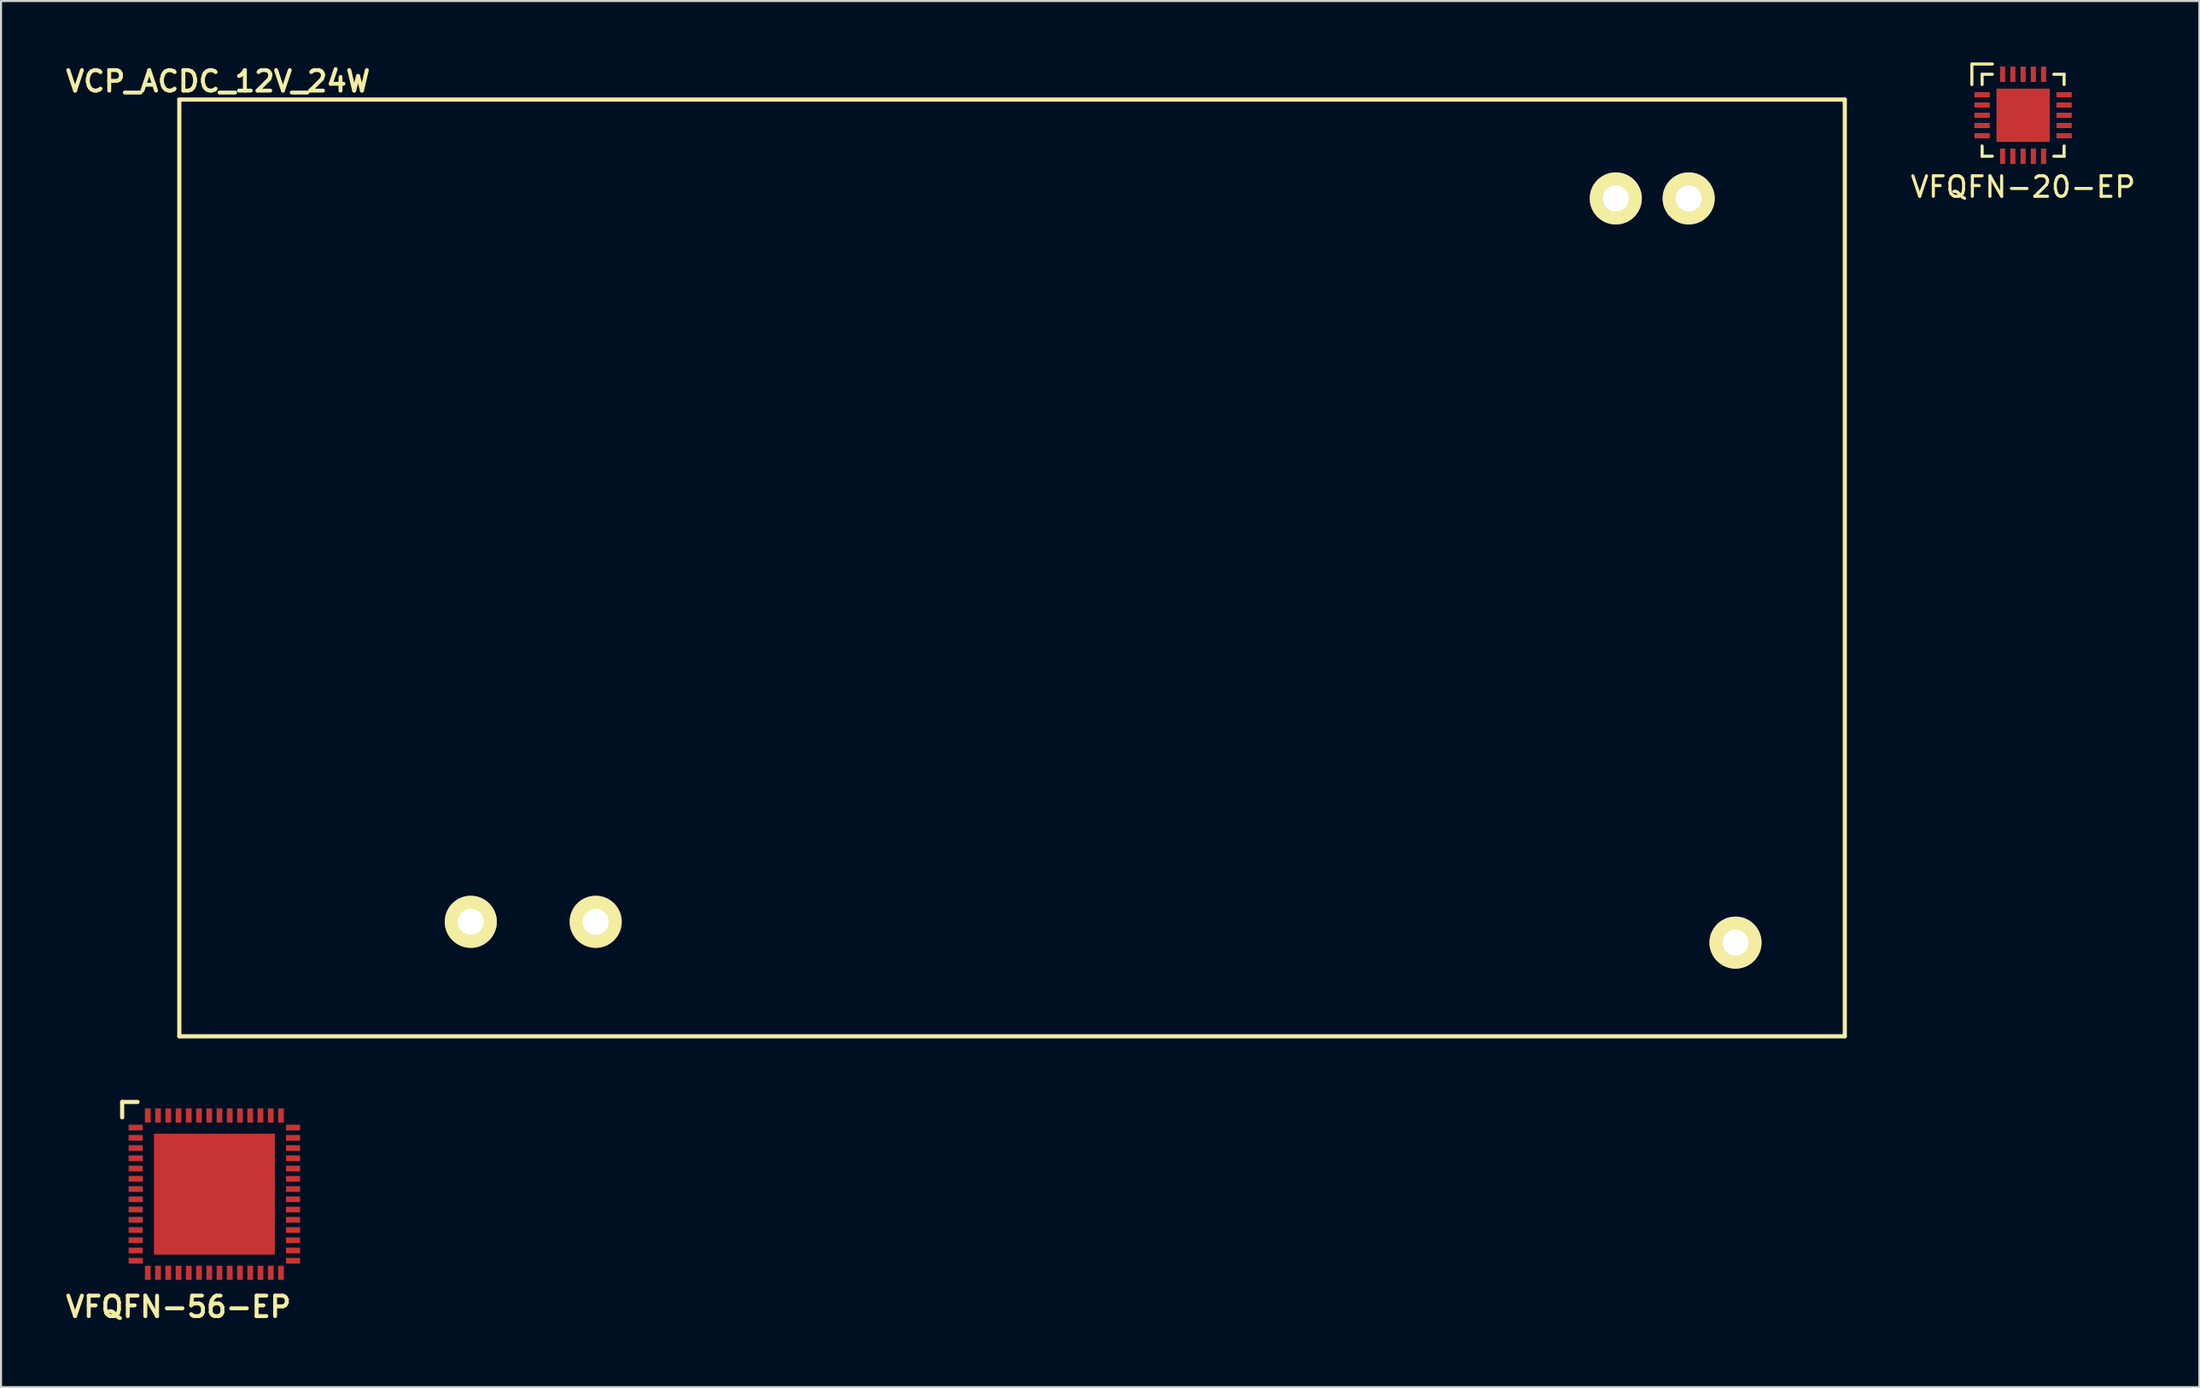
<source format=kicad_pcb>
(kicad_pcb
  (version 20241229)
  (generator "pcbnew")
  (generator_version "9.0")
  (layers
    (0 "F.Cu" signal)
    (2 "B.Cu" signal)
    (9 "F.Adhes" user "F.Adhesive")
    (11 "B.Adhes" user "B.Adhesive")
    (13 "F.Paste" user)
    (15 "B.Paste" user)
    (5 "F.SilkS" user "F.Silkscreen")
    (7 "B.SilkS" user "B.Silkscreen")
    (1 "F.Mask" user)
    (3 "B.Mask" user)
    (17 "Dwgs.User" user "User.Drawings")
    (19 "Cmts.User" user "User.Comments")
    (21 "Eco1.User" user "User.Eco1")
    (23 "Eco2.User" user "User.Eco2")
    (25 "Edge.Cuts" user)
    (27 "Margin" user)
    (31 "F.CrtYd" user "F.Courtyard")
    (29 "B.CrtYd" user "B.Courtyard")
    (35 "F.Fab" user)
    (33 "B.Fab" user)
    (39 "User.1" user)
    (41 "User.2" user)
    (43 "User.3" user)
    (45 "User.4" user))
  (footprint "VFQFN-56-EP"
    (layer "F.Cu")
    (at 7.412 55.233)
    (property "Reference" "VFQFN-56-EP" (at -1.75 5.5 0) (layer "F.SilkS") (effects (font (size 1 1) (thickness 0.191))))
    (attr through_hole)
    (fp_line (start -4.5 -4.5) (end -3.75 -4.5) (stroke (width 0.203) (type solid)) (layer "F.SilkS"))
    (fp_line (start -4.5 -3.75) (end -4.5 -4.5) (stroke (width 0.203) (type solid)) (layer "F.SilkS"))
    (pad "1" smd rect (at -3.84 -3.25) (size 0.69 0.28) (layers "F.Cu" "F.Mask" "F.Paste"))
    (pad "2" smd rect (at -3.84 -2.75) (size 0.69 0.28) (layers "F.Cu" "F.Mask" "F.Paste"))
    (pad "3" smd rect (at -3.84 -2.25) (size 0.69 0.28) (layers "F.Cu" "F.Mask" "F.Paste"))
    (pad "4" smd rect (at -3.84 -1.75) (size 0.69 0.28) (layers "F.Cu" "F.Mask" "F.Paste"))
    (pad "5" smd rect (at -3.84 -1.25) (size 0.69 0.28) (layers "F.Cu" "F.Mask" "F.Paste"))
    (pad "6" smd rect (at -3.84 -0.75) (size 0.69 0.28) (layers "F.Cu" "F.Mask" "F.Paste"))
    (pad "7" smd rect (at -3.84 -0.25) (size 0.69 0.28) (layers "F.Cu" "F.Mask" "F.Paste"))
    (pad "8" smd rect (at -3.84 0.25) (size 0.69 0.28) (layers "F.Cu" "F.Mask" "F.Paste"))
    (pad "9" smd rect (at -3.84 0.75) (size 0.69 0.28) (layers "F.Cu" "F.Mask" "F.Paste"))
    (pad "10" smd rect (at -3.84 1.25) (size 0.69 0.28) (layers "F.Cu" "F.Mask" "F.Paste"))
    (pad "11" smd rect (at -3.84 1.75) (size 0.69 0.28) (layers "F.Cu" "F.Mask" "F.Paste"))
    (pad "12" smd rect (at -3.84 2.25) (size 0.69 0.28) (layers "F.Cu" "F.Mask" "F.Paste"))
    (pad "13" smd rect (at -3.84 2.75) (size 0.69 0.28) (layers "F.Cu" "F.Mask" "F.Paste"))
    (pad "14" smd rect (at -3.84 3.25) (size 0.69 0.28) (layers "F.Cu" "F.Mask" "F.Paste"))
    (pad "15" smd rect (at -3.25 3.84) (size 0.28 0.69) (layers "F.Cu" "F.Mask" "F.Paste"))
    (pad "16" smd rect (at -2.75 3.84) (size 0.28 0.69) (layers "F.Cu" "F.Mask" "F.Paste"))
    (pad "17" smd rect (at -2.25 3.84) (size 0.28 0.69) (layers "F.Cu" "F.Mask" "F.Paste"))
    (pad "18" smd rect (at -1.75 3.84) (size 0.28 0.69) (layers "F.Cu" "F.Mask" "F.Paste"))
    (pad "19" smd rect (at -1.25 3.84) (size 0.28 0.69) (layers "F.Cu" "F.Mask" "F.Paste"))
    (pad "20" smd rect (at -0.75 3.84) (size 0.28 0.69) (layers "F.Cu" "F.Mask" "F.Paste"))
    (pad "21" smd rect (at -0.25 3.84) (size 0.28 0.69) (layers "F.Cu" "F.Mask" "F.Paste"))
    (pad "22" smd rect (at 0.25 3.84) (size 0.28 0.69) (layers "F.Cu" "F.Mask" "F.Paste"))
    (pad "23" smd rect (at 0.75 3.84) (size 0.28 0.69) (layers "F.Cu" "F.Mask" "F.Paste"))
    (pad "24" smd rect (at 1.25 3.84) (size 0.28 0.69) (layers "F.Cu" "F.Mask" "F.Paste"))
    (pad "25" smd rect (at 1.75 3.84) (size 0.28 0.69) (layers "F.Cu" "F.Mask" "F.Paste"))
    (pad "26" smd rect (at 2.25 3.84) (size 0.28 0.69) (layers "F.Cu" "F.Mask" "F.Paste"))
    (pad "27" smd rect (at 2.75 3.84) (size 0.28 0.69) (layers "F.Cu" "F.Mask" "F.Paste"))
    (pad "28" smd rect (at 3.25 3.84) (size 0.28 0.69) (layers "F.Cu" "F.Mask" "F.Paste"))
    (pad "29" smd rect (at 3.84 3.25) (size 0.69 0.28) (layers "F.Cu" "F.Mask" "F.Paste"))
    (pad "30" smd rect (at 3.84 2.75) (size 0.69 0.28) (layers "F.Cu" "F.Mask" "F.Paste"))
    (pad "31" smd rect (at 3.84 2.25) (size 0.69 0.28) (layers "F.Cu" "F.Mask" "F.Paste"))
    (pad "32" smd rect (at 3.84 1.75) (size 0.69 0.28) (layers "F.Cu" "F.Mask" "F.Paste"))
    (pad "33" smd rect (at 3.84 1.25) (size 0.69 0.28) (layers "F.Cu" "F.Mask" "F.Paste"))
    (pad "34" smd rect (at 3.84 0.75) (size 0.69 0.28) (layers "F.Cu" "F.Mask" "F.Paste"))
    (pad "35" smd rect (at 3.84 0.25) (size 0.69 0.28) (layers "F.Cu" "F.Mask" "F.Paste"))
    (pad "36" smd rect (at 3.84 -0.25) (size 0.69 0.28) (layers "F.Cu" "F.Mask" "F.Paste"))
    (pad "37" smd rect (at 3.84 -0.75) (size 0.69 0.28) (layers "F.Cu" "F.Mask" "F.Paste"))
    (pad "38" smd rect (at 3.84 -1.25) (size 0.69 0.28) (layers "F.Cu" "F.Mask" "F.Paste"))
    (pad "39" smd rect (at 3.84 -1.75) (size 0.69 0.28) (layers "F.Cu" "F.Mask" "F.Paste"))
    (pad "40" smd rect (at 3.84 -2.25) (size 0.69 0.28) (layers "F.Cu" "F.Mask" "F.Paste"))
    (pad "41" smd rect (at 3.84 -2.75) (size 0.69 0.28) (layers "F.Cu" "F.Mask" "F.Paste"))
    (pad "42" smd rect (at 3.84 -3.25) (size 0.69 0.28) (layers "F.Cu" "F.Mask" "F.Paste"))
    (pad "43" smd rect (at 3.25 -3.84) (size 0.28 0.69) (layers "F.Cu" "F.Mask" "F.Paste"))
    (pad "44" smd rect (at 2.75 -3.84) (size 0.28 0.69) (layers "F.Cu" "F.Mask" "F.Paste"))
    (pad "45" smd rect (at 2.25 -3.84) (size 0.28 0.69) (layers "F.Cu" "F.Mask" "F.Paste"))
    (pad "46" smd rect (at 1.75 -3.84) (size 0.28 0.69) (layers "F.Cu" "F.Mask" "F.Paste"))
    (pad "47" smd rect (at 1.25 -3.84) (size 0.28 0.69) (layers "F.Cu" "F.Mask" "F.Paste"))
    (pad "48" smd rect (at 0.75 -3.84) (size 0.28 0.69) (layers "F.Cu" "F.Mask" "F.Paste"))
    (pad "49" smd rect (at 0.25 -3.84) (size 0.28 0.69) (layers "F.Cu" "F.Mask" "F.Paste"))
    (pad "50" smd rect (at -0.25 -3.84) (size 0.28 0.69) (layers "F.Cu" "F.Mask" "F.Paste"))
    (pad "51" smd rect (at -0.75 -3.84) (size 0.28 0.69) (layers "F.Cu" "F.Mask" "F.Paste"))
    (pad "52" smd rect (at -1.25 -3.84) (size 0.28 0.69) (layers "F.Cu" "F.Mask" "F.Paste"))
    (pad "53" smd rect (at -1.75 -3.84) (size 0.28 0.69) (layers "F.Cu" "F.Mask" "F.Paste"))
    (pad "54" smd rect (at -2.25 -3.84) (size 0.28 0.69) (layers "F.Cu" "F.Mask" "F.Paste"))
    (pad "55" smd rect (at -2.75 -3.84) (size 0.28 0.69) (layers "F.Cu" "F.Mask" "F.Paste"))
    (pad "56" smd rect (at -3.25 -3.84) (size 0.28 0.69) (layers "F.Cu" "F.Mask" "F.Paste"))
    (pad "PAD" smd rect (at 0 0) (size 5.9 5.9) (layers "F.Cu" "F.Mask" "F.Paste")))
  (footprint "VCP_ACDC_12V_24W"
    (layer "F.Cu")
    (at 46.341 24.669)
    (property "Reference" "VCP_ACDC_12V_24W" (at -38.75 -23.75 0) (layer "F.SilkS") (effects (font (size 1 1) (thickness 0.191))))
    (attr through_hole)
    (fp_line (start -40.64 -22.86) (end -40.64 22.86) (stroke (width 0.203) (type solid)) (layer "F.SilkS"))
    (fp_line (start -40.64 22.86) (end 40.64 22.86) (stroke (width 0.203) (type solid)) (layer "F.SilkS"))
    (fp_line (start 40.64 -22.86) (end -40.64 -22.86) (stroke (width 0.203) (type solid)) (layer "F.SilkS"))
    (fp_line (start 40.64 22.86) (end 40.64 -22.86) (stroke (width 0.203) (type solid)) (layer "F.SilkS"))
    (pad "" thru_hole circle (at 35.306 18.288) (size 2.54 2.54) (drill 1.27) (layers "*.Cu" "*.Mask" "F.SilkS"))
    (pad "1" thru_hole circle (at -26.416 17.272) (size 2.54 2.54) (drill 1.27) (layers "*.Cu" "*.Mask" "F.SilkS"))
    (pad "2" thru_hole circle (at -20.32 17.272) (size 2.54 2.54) (drill 1.27) (layers "*.Cu" "*.Mask" "F.SilkS"))
    (pad "3" thru_hole circle (at 29.464 -18.034) (size 2.54 2.54) (drill 1.27) (layers "*.Cu" "*.Mask" "F.SilkS"))
    (pad "4" thru_hole circle (at 33.02 -18.034) (size 2.54 2.54) (drill 1.27) (layers "*.Cu" "*.Mask" "F.SilkS")))
  (footprint "VFQFN-20-EP"
    (layer "F.Cu")
    (at 95.683 2.575)
    (property "Reference" "VFQFN-20-EP" (at 0 3.5 0) (layer "F.SilkS") (effects (font (size 1 1) (thickness 0.15))))
    (attr through_hole)
    (fp_line (start -2.5 -2.5) (end -1.5 -2.5) (stroke (width 0.15) (type solid)) (layer "F.SilkS"))
    (fp_line (start -2.5 -1.5) (end -2.5 -2.5) (stroke (width 0.15) (type solid)) (layer "F.SilkS"))
    (fp_line (start -2 -2) (end -2 -1.5) (stroke (width 0.15) (type solid)) (layer "F.SilkS"))
    (fp_line (start -2 1.5) (end -2 2) (stroke (width 0.15) (type solid)) (layer "F.SilkS"))
    (fp_line (start -2 2) (end -1.5 2) (stroke (width 0.15) (type solid)) (layer "F.SilkS"))
    (fp_line (start -1.5 -2) (end -2 -2) (stroke (width 0.15) (type solid)) (layer "F.SilkS"))
    (fp_line (start 1.5 2) (end 2 2) (stroke (width 0.15) (type solid)) (layer "F.SilkS"))
    (fp_line (start 2 -2) (end 1.5 -2) (stroke (width 0.15) (type solid)) (layer "F.SilkS"))
    (fp_line (start 2 -1.5) (end 2 -2) (stroke (width 0.15) (type solid)) (layer "F.SilkS"))
    (fp_line (start 2 2) (end 2 1.5) (stroke (width 0.15) (type solid)) (layer "F.SilkS"))
    (pad "1" smd rect (at -2 -1) (size 0.75 0.25) (layers "F.Cu" "F.Mask" "F.Paste"))
    (pad "2" smd rect (at -2 -0.5) (size 0.75 0.25) (layers "F.Cu" "F.Mask" "F.Paste"))
    (pad "3" smd rect (at -2 0) (size 0.75 0.25) (layers "F.Cu" "F.Mask" "F.Paste"))
    (pad "4" smd rect (at -2 0.5) (size 0.75 0.25) (layers "F.Cu" "F.Mask" "F.Paste"))
    (pad "5" smd rect (at -2 1) (size 0.75 0.25) (layers "F.Cu" "F.Mask" "F.Paste"))
    (pad "6" smd rect (at -1 2) (size 0.25 0.75) (layers "F.Cu" "F.Mask" "F.Paste"))
    (pad "7" smd rect (at -0.5 2) (size 0.25 0.75) (layers "F.Cu" "F.Mask" "F.Paste"))
    (pad "8" smd rect (at 0 2) (size 0.25 0.75) (layers "F.Cu" "F.Mask" "F.Paste"))
    (pad "9" smd rect (at 0.5 2) (size 0.25 0.75) (layers "F.Cu" "F.Mask" "F.Paste"))
    (pad "10" smd rect (at 1 2) (size 0.25 0.75) (layers "F.Cu" "F.Mask" "F.Paste"))
    (pad "11" smd rect (at 2 1) (size 0.75 0.25) (layers "F.Cu" "F.Mask" "F.Paste"))
    (pad "12" smd rect (at 2 0.5) (size 0.75 0.25) (layers "F.Cu" "F.Mask" "F.Paste"))
    (pad "13" smd rect (at 2 0) (size 0.75 0.25) (layers "F.Cu" "F.Mask" "F.Paste"))
    (pad "14" smd rect (at 2 -0.5) (size 0.75 0.25) (layers "F.Cu" "F.Mask" "F.Paste"))
    (pad "15" smd rect (at 2 -1) (size 0.75 0.25) (layers "F.Cu" "F.Mask" "F.Paste"))
    (pad "16" smd rect (at 1 -2) (size 0.25 0.75) (layers "F.Cu" "F.Mask" "F.Paste"))
    (pad "17" smd rect (at 0.5 -2) (size 0.25 0.75) (layers "F.Cu" "F.Mask" "F.Paste"))
    (pad "18" smd rect (at 0 -2) (size 0.25 0.75) (layers "F.Cu" "F.Mask" "F.Paste"))
    (pad "19" smd rect (at -0.5 -2) (size 0.25 0.75) (layers "F.Cu" "F.Mask" "F.Paste"))
    (pad "20" smd rect (at -1 -2) (size 0.25 0.75) (layers "F.Cu" "F.Mask" "F.Paste"))
    (pad "PAD" smd rect (at 0 0) (size 2.6 2.6) (layers "F.Cu" "F.Mask" "F.Paste")))
  (gr_rect
    (start -3 -3)
    (end 104.284 64.652)
    (stroke (width 0.1) (type default))
    (fill no)
    (layer "Edge.Cuts")))
</source>
